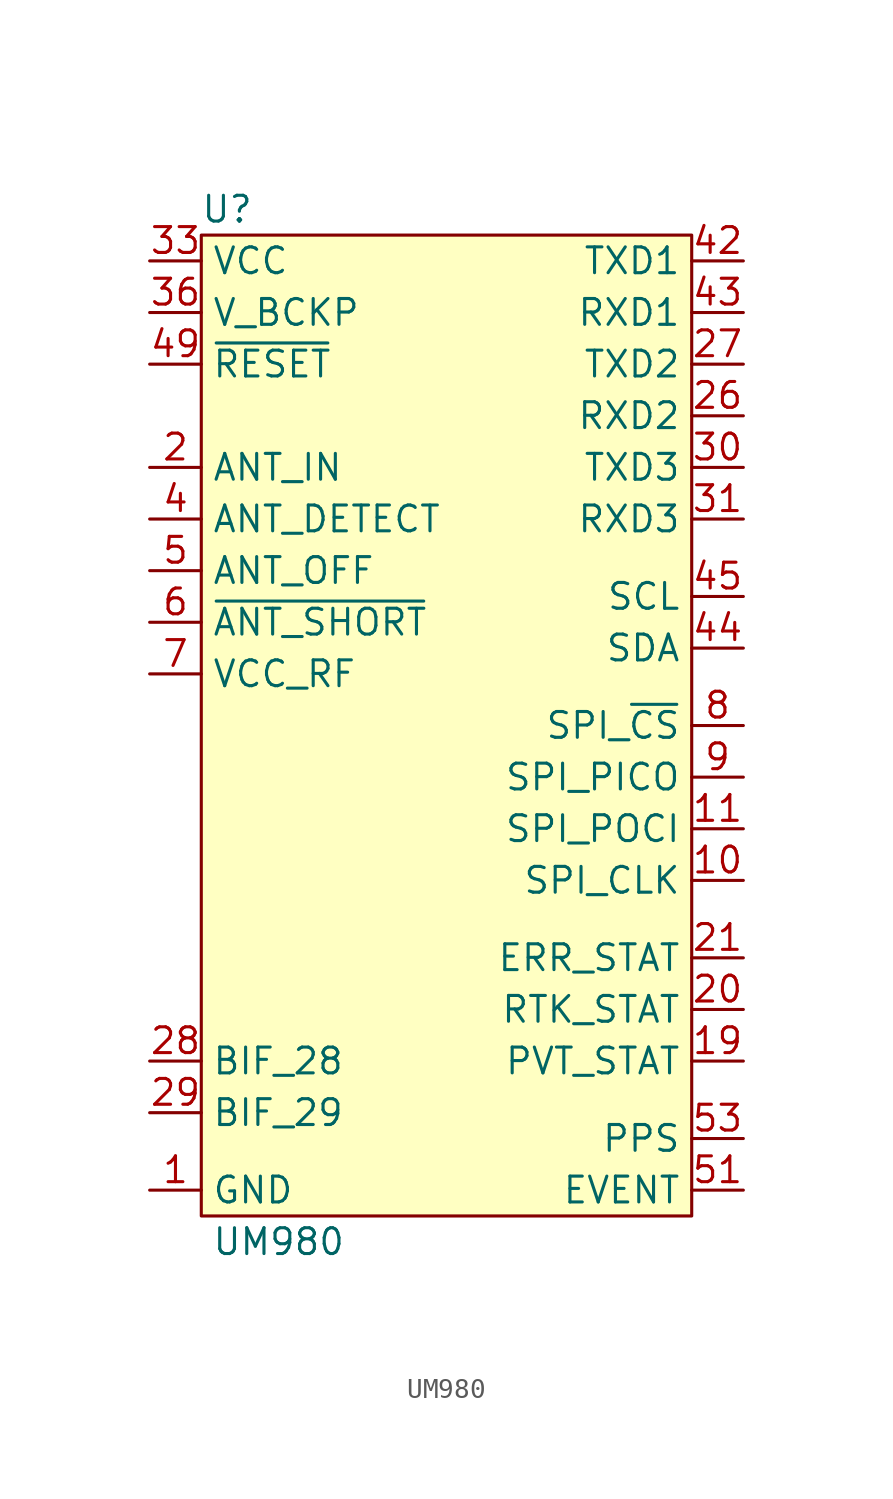
<source format=kicad_sym>
(kicad_symbol_lib
  (version 20231120)
  (generator "kicad_symbol_editor")
  (generator_version "8.0")
  (symbol "UM980"
    (property "Reference" "U"
      (at -11.43 24.13 0)
      (effects (font (size 1.27 1.27))))
    (property "Value" "UM980"
      (at -8.89 -26.67 0)
      (effects (font (size 1.27 1.27))))
    (symbol "UM980_1_1"
      (rectangle (start -12.7 22.86) (end 11.43 -25.4) (stroke (width 0) (type default)) (fill (type background)))
      (pin power_in line (at -15.24 -24.13 0) (length 2.54) (name "GND" (effects (font (size 1.27 1.27)))) (number "1" (effects (font (size 1.27 1.27)))) (alternate "PowerPins" input line))
      (pin input line (at 13.97 -8.89 180) (length 2.54) (name "SPI_CLK" (effects (font (size 1.27 1.27)))) (number "10" (effects (font (size 1.27 1.27)))))
      (pin power_in line (at -15.24 -24.13 0) (length 2.54) hide (name "GND" (effects (font (size 1.27 1.27)))) (number "100" (effects (font (size 1.27 1.27)))))
      (pin power_in line (at -15.24 -24.13 0) (length 2.54) hide (name "GND" (effects (font (size 1.27 1.27)))) (number "101" (effects (font (size 1.27 1.27)))))
      (pin power_in line (at -15.24 -24.13 0) (length 2.54) hide (name "GND" (effects (font (size 1.27 1.27)))) (number "102" (effects (font (size 1.27 1.27)))))
      (pin output line (at 13.97 -6.35 180) (length 2.54) (name "SPI_POCI" (effects (font (size 1.27 1.27)))) (number "11" (effects (font (size 1.27 1.27)))))
      (pin power_in line (at -15.24 -24.13 0) (length 2.54) hide (name "GND" (effects (font (size 1.27 1.27)))) (number "12" (effects (font (size 1.27 1.27)))))
      (pin no_connect line (at -12.7 -7.62 0) (length 2.54) hide (name "NC" (effects (font (size 1.27 1.27)))) (number "13" (effects (font (size 1.27 1.27)))))
      (pin power_in line (at -15.24 -24.13 0) (length 2.54) hide (name "GND" (effects (font (size 1.27 1.27)))) (number "14" (effects (font (size 1.27 1.27)))))
      (pin no_connect line (at -12.7 -7.62 0) (length 2.54) hide (name "NC" (effects (font (size 1.27 1.27)))) (number "15" (effects (font (size 1.27 1.27)))))
      (pin no_connect line (at -12.7 -7.62 0) (length 2.54) hide (name "NC" (effects (font (size 1.27 1.27)))) (number "16" (effects (font (size 1.27 1.27)))))
      (pin no_connect line (at -12.7 -7.62 0) (length 2.54) hide (name "NC" (effects (font (size 1.27 1.27)))) (number "17" (effects (font (size 1.27 1.27)))))
      (pin no_connect line (at -12.7 -7.62 0) (length 2.54) hide (name "NC" (effects (font (size 1.27 1.27)))) (number "18" (effects (font (size 1.27 1.27)))))
      (pin output line (at 13.97 -17.78 180) (length 2.54) (name "PVT_STAT" (effects (font (size 1.27 1.27)))) (number "19" (effects (font (size 1.27 1.27)))))
      (pin input line (at -15.24 11.43 0) (length 2.54) (name "ANT_IN" (effects (font (size 1.27 1.27)))) (number "2" (effects (font (size 1.27 1.27)))))
      (pin output line (at 13.97 -15.24 180) (length 2.54) (name "RTK_STAT" (effects (font (size 1.27 1.27)))) (number "20" (effects (font (size 1.27 1.27)))))
      (pin output line (at 13.97 -12.7 180) (length 2.54) (name "ERR_STAT" (effects (font (size 1.27 1.27)))) (number "21" (effects (font (size 1.27 1.27)))))
      (pin no_connect line (at -12.7 -7.62 0) (length 2.54) hide (name "NC" (effects (font (size 1.27 1.27)))) (number "22" (effects (font (size 1.27 1.27)))))
      (pin no_connect line (at -12.7 -7.62 0) (length 2.54) hide (name "NC" (effects (font (size 1.27 1.27)))) (number "23" (effects (font (size 1.27 1.27)))))
      (pin no_connect line (at -12.7 -7.62 0) (length 2.54) hide (name "NC" (effects (font (size 1.27 1.27)))) (number "24" (effects (font (size 1.27 1.27)))))
      (pin no_connect line (at -12.7 -7.62 0) (length 2.54) hide (name "NC" (effects (font (size 1.27 1.27)))) (number "25" (effects (font (size 1.27 1.27)))))
      (pin input line (at 13.97 13.97 180) (length 2.54) (name "RXD2" (effects (font (size 1.27 1.27)))) (number "26" (effects (font (size 1.27 1.27)))))
      (pin output line (at 13.97 16.51 180) (length 2.54) (name "TXD2" (effects (font (size 1.27 1.27)))) (number "27" (effects (font (size 1.27 1.27)))))
      (pin output line (at -15.24 -17.78 0) (length 2.54) (name "BIF_28" (effects (font (size 1.27 1.27)))) (number "28" (effects (font (size 1.27 1.27)))))
      (pin output line (at -15.24 -20.32 0) (length 2.54) (name "BIF_29" (effects (font (size 1.27 1.27)))) (number "29" (effects (font (size 1.27 1.27)))))
      (pin power_in line (at -15.24 -24.13 0) (length 2.54) hide (name "GND" (effects (font (size 1.27 1.27)))) (number "3" (effects (font (size 1.27 1.27)))))
      (pin output line (at 13.97 11.43 180) (length 2.54) (name "TXD3" (effects (font (size 1.27 1.27)))) (number "30" (effects (font (size 1.27 1.27)))))
      (pin input line (at 13.97 8.89 180) (length 2.54) (name "RXD3" (effects (font (size 1.27 1.27)))) (number "31" (effects (font (size 1.27 1.27)))))
      (pin power_in line (at -15.24 -24.13 0) (length 2.54) hide (name "GND" (effects (font (size 1.27 1.27)))) (number "32" (effects (font (size 1.27 1.27)))))
      (pin power_in line (at -15.24 21.59 0) (length 2.54) (name "VCC" (effects (font (size 1.27 1.27)))) (number "33" (effects (font (size 1.27 1.27)))))
      (pin power_in line (at -15.24 21.59 0) (length 2.54) hide (name "VCC" (effects (font (size 1.27 1.27)))) (number "34" (effects (font (size 1.27 1.27)))))
      (pin no_connect line (at -12.7 -7.62 0) (length 2.54) hide (name "NC" (effects (font (size 1.27 1.27)))) (number "35" (effects (font (size 1.27 1.27)))))
      (pin power_in line (at -15.24 19.05 0) (length 2.54) (name "V_BCKP" (effects (font (size 1.27 1.27)))) (number "36" (effects (font (size 1.27 1.27)))))
      (pin power_in line (at -15.24 -24.13 0) (length 2.54) hide (name "GND" (effects (font (size 1.27 1.27)))) (number "37" (effects (font (size 1.27 1.27)))))
      (pin no_connect line (at -12.7 -7.62 0) (length 2.54) hide (name "NC" (effects (font (size 1.27 1.27)))) (number "38" (effects (font (size 1.27 1.27)))))
      (pin no_connect line (at -12.7 -7.62 0) (length 2.54) hide (name "NC" (effects (font (size 1.27 1.27)))) (number "39" (effects (font (size 1.27 1.27)))))
      (pin input line (at -15.24 8.89 0) (length 2.54) (name "ANT_DETECT" (effects (font (size 1.27 1.27)))) (number "4" (effects (font (size 1.27 1.27)))))
      (pin no_connect line (at -12.7 -7.62 0) (length 2.54) hide (name "NC" (effects (font (size 1.27 1.27)))) (number "40" (effects (font (size 1.27 1.27)))))
      (pin power_in line (at -15.24 -24.13 0) (length 2.54) hide (name "GND" (effects (font (size 1.27 1.27)))) (number "41" (effects (font (size 1.27 1.27)))))
      (pin output line (at 13.97 21.59 180) (length 2.54) (name "TXD1" (effects (font (size 1.27 1.27)))) (number "42" (effects (font (size 1.27 1.27)))))
      (pin input line (at 13.97 19.05 180) (length 2.54) (name "RXD1" (effects (font (size 1.27 1.27)))) (number "43" (effects (font (size 1.27 1.27)))))
      (pin bidirectional line (at 13.97 2.54 180) (length 2.54) (name "SDA" (effects (font (size 1.27 1.27)))) (number "44" (effects (font (size 1.27 1.27)))))
      (pin bidirectional line (at 13.97 5.08 180) (length 2.54) (name "SCL" (effects (font (size 1.27 1.27)))) (number "45" (effects (font (size 1.27 1.27)))))
      (pin no_connect line (at -12.7 -7.62 0) (length 2.54) hide (name "NC" (effects (font (size 1.27 1.27)))) (number "46" (effects (font (size 1.27 1.27)))))
      (pin no_connect line (at -12.7 -7.62 0) (length 2.54) hide (name "NC" (effects (font (size 1.27 1.27)))) (number "47" (effects (font (size 1.27 1.27)))))
      (pin power_in line (at -15.24 -24.13 0) (length 2.54) hide (name "GND" (effects (font (size 1.27 1.27)))) (number "48" (effects (font (size 1.27 1.27)))))
      (pin bidirectional line (at -15.24 16.51 0) (length 2.54) (name "~{RESET}" (effects (font (size 1.27 1.27)))) (number "49" (effects (font (size 1.27 1.27)))))
      (pin output line (at -15.24 6.35 0) (length 2.54) (name "ANT_OFF" (effects (font (size 1.27 1.27)))) (number "5" (effects (font (size 1.27 1.27)))))
      (pin no_connect line (at -12.7 -7.62 0) (length 2.54) hide (name "NC" (effects (font (size 1.27 1.27)))) (number "50" (effects (font (size 1.27 1.27)))))
      (pin input line (at 13.97 -24.13 180) (length 2.54) (name "EVENT" (effects (font (size 1.27 1.27)))) (number "51" (effects (font (size 1.27 1.27)))))
      (pin no_connect line (at -12.7 -7.62 0) (length 2.54) hide (name "NC" (effects (font (size 1.27 1.27)))) (number "52" (effects (font (size 1.27 1.27)))))
      (pin output line (at 13.97 -21.59 180) (length 2.54) (name "PPS" (effects (font (size 1.27 1.27)))) (number "53" (effects (font (size 1.27 1.27)))))
      (pin no_connect line (at -12.7 -7.62 0) (length 2.54) hide (name "NC" (effects (font (size 1.27 1.27)))) (number "54" (effects (font (size 1.27 1.27)))))
      (pin power_in line (at -15.24 -24.13 0) (length 2.54) hide (name "GND" (effects (font (size 1.27 1.27)))) (number "55" (effects (font (size 1.27 1.27)))) (alternate "PowerPins" input line))
      (pin power_in line (at -15.24 -24.13 0) (length 2.54) hide (name "GND" (effects (font (size 1.27 1.27)))) (number "56" (effects (font (size 1.27 1.27)))))
      (pin power_in line (at -15.24 -24.13 0) (length 2.54) hide (name "GND" (effects (font (size 1.27 1.27)))) (number "57" (effects (font (size 1.27 1.27)))))
      (pin power_in line (at -15.24 -24.13 0) (length 2.54) hide (name "GND" (effects (font (size 1.27 1.27)))) (number "58" (effects (font (size 1.27 1.27)))))
      (pin power_in line (at -15.24 -24.13 0) (length 2.54) hide (name "GND" (effects (font (size 1.27 1.27)))) (number "59" (effects (font (size 1.27 1.27)))))
      (pin input line (at -15.24 3.81 0) (length 2.54) (name "~{ANT_SHORT}" (effects (font (size 1.27 1.27)))) (number "6" (effects (font (size 1.27 1.27)))))
      (pin power_in line (at -15.24 -24.13 0) (length 2.54) hide (name "GND" (effects (font (size 1.27 1.27)))) (number "60" (effects (font (size 1.27 1.27)))))
      (pin power_in line (at -15.24 -24.13 0) (length 2.54) hide (name "GND" (effects (font (size 1.27 1.27)))) (number "61" (effects (font (size 1.27 1.27)))))
      (pin power_in line (at -15.24 -24.13 0) (length 2.54) hide (name "GND" (effects (font (size 1.27 1.27)))) (number "62" (effects (font (size 1.27 1.27)))))
      (pin power_in line (at -15.24 -24.13 0) (length 2.54) hide (name "GND" (effects (font (size 1.27 1.27)))) (number "63" (effects (font (size 1.27 1.27)))))
      (pin power_in line (at -15.24 -24.13 0) (length 2.54) hide (name "GND" (effects (font (size 1.27 1.27)))) (number "64" (effects (font (size 1.27 1.27)))))
      (pin power_in line (at -15.24 -24.13 0) (length 2.54) hide (name "GND" (effects (font (size 1.27 1.27)))) (number "65" (effects (font (size 1.27 1.27)))))
      (pin power_in line (at -15.24 -24.13 0) (length 2.54) hide (name "GND" (effects (font (size 1.27 1.27)))) (number "66" (effects (font (size 1.27 1.27)))))
      (pin power_in line (at -15.24 -24.13 0) (length 2.54) hide (name "GND" (effects (font (size 1.27 1.27)))) (number "67" (effects (font (size 1.27 1.27)))))
      (pin power_in line (at -15.24 -24.13 0) (length 2.54) hide (name "GND" (effects (font (size 1.27 1.27)))) (number "68" (effects (font (size 1.27 1.27)))))
      (pin power_in line (at -15.24 -24.13 0) (length 2.54) hide (name "GND" (effects (font (size 1.27 1.27)))) (number "69" (effects (font (size 1.27 1.27)))))
      (pin power_out line (at -15.24 1.27 0) (length 2.54) (name "VCC_RF" (effects (font (size 1.27 1.27)))) (number "7" (effects (font (size 1.27 1.27)))))
      (pin power_in line (at -15.24 -24.13 0) (length 2.54) hide (name "GND" (effects (font (size 1.27 1.27)))) (number "70" (effects (font (size 1.27 1.27)))))
      (pin power_in line (at -15.24 -24.13 0) (length 2.54) hide (name "GND" (effects (font (size 1.27 1.27)))) (number "71" (effects (font (size 1.27 1.27)))))
      (pin power_in line (at -15.24 -24.13 0) (length 2.54) hide (name "GND" (effects (font (size 1.27 1.27)))) (number "72" (effects (font (size 1.27 1.27)))))
      (pin power_in line (at -15.24 -24.13 0) (length 2.54) hide (name "GND" (effects (font (size 1.27 1.27)))) (number "73" (effects (font (size 1.27 1.27)))))
      (pin power_in line (at -15.24 -24.13 0) (length 2.54) hide (name "GND" (effects (font (size 1.27 1.27)))) (number "74" (effects (font (size 1.27 1.27)))))
      (pin power_in line (at -15.24 -24.13 0) (length 2.54) hide (name "GND" (effects (font (size 1.27 1.27)))) (number "75" (effects (font (size 1.27 1.27)))))
      (pin power_in line (at -15.24 -24.13 0) (length 2.54) hide (name "GND" (effects (font (size 1.27 1.27)))) (number "76" (effects (font (size 1.27 1.27)))))
      (pin power_in line (at -15.24 -24.13 0) (length 2.54) hide (name "GND" (effects (font (size 1.27 1.27)))) (number "77" (effects (font (size 1.27 1.27)))))
      (pin power_in line (at -15.24 -24.13 0) (length 2.54) hide (name "GND" (effects (font (size 1.27 1.27)))) (number "78" (effects (font (size 1.27 1.27)))))
      (pin power_in line (at -15.24 -24.13 0) (length 2.54) hide (name "GND" (effects (font (size 1.27 1.27)))) (number "79" (effects (font (size 1.27 1.27)))))
      (pin input line (at 13.97 -1.27 180) (length 2.54) (name "SPI_~{CS}" (effects (font (size 1.27 1.27)))) (number "8" (effects (font (size 1.27 1.27)))))
      (pin power_in line (at -15.24 -24.13 0) (length 2.54) hide (name "GND" (effects (font (size 1.27 1.27)))) (number "80" (effects (font (size 1.27 1.27)))))
      (pin power_in line (at -15.24 -24.13 0) (length 2.54) hide (name "GND" (effects (font (size 1.27 1.27)))) (number "81" (effects (font (size 1.27 1.27)))))
      (pin power_in line (at -15.24 -24.13 0) (length 2.54) hide (name "GND" (effects (font (size 1.27 1.27)))) (number "82" (effects (font (size 1.27 1.27)))))
      (pin power_in line (at -15.24 -24.13 0) (length 2.54) hide (name "GND" (effects (font (size 1.27 1.27)))) (number "83" (effects (font (size 1.27 1.27)))))
      (pin power_in line (at -15.24 -24.13 0) (length 2.54) hide (name "GND" (effects (font (size 1.27 1.27)))) (number "84" (effects (font (size 1.27 1.27)))))
      (pin power_in line (at -15.24 -24.13 0) (length 2.54) hide (name "GND" (effects (font (size 1.27 1.27)))) (number "85" (effects (font (size 1.27 1.27)))))
      (pin power_in line (at -15.24 -24.13 0) (length 2.54) hide (name "GND" (effects (font (size 1.27 1.27)))) (number "86" (effects (font (size 1.27 1.27)))))
      (pin power_in line (at -15.24 -24.13 0) (length 2.54) hide (name "GND" (effects (font (size 1.27 1.27)))) (number "87" (effects (font (size 1.27 1.27)))))
      (pin power_in line (at -15.24 -24.13 0) (length 2.54) hide (name "GND" (effects (font (size 1.27 1.27)))) (number "88" (effects (font (size 1.27 1.27)))))
      (pin power_in line (at -15.24 -24.13 0) (length 2.54) hide (name "GND" (effects (font (size 1.27 1.27)))) (number "89" (effects (font (size 1.27 1.27)))))
      (pin input line (at 13.97 -3.81 180) (length 2.54) (name "SPI_PICO" (effects (font (size 1.27 1.27)))) (number "9" (effects (font (size 1.27 1.27)))))
      (pin power_in line (at -15.24 -24.13 0) (length 2.54) hide (name "GND" (effects (font (size 1.27 1.27)))) (number "90" (effects (font (size 1.27 1.27)))))
      (pin power_in line (at -15.24 -24.13 0) (length 2.54) hide (name "GND" (effects (font (size 1.27 1.27)))) (number "91" (effects (font (size 1.27 1.27)))))
      (pin power_in line (at -15.24 -24.13 0) (length 2.54) hide (name "GND" (effects (font (size 1.27 1.27)))) (number "92" (effects (font (size 1.27 1.27)))))
      (pin power_in line (at -15.24 -24.13 0) (length 2.54) hide (name "GND" (effects (font (size 1.27 1.27)))) (number "93" (effects (font (size 1.27 1.27)))))
      (pin power_in line (at -15.24 -24.13 0) (length 2.54) hide (name "GND" (effects (font (size 1.27 1.27)))) (number "94" (effects (font (size 1.27 1.27)))))
      (pin power_in line (at -15.24 -24.13 0) (length 2.54) hide (name "GND" (effects (font (size 1.27 1.27)))) (number "95" (effects (font (size 1.27 1.27)))))
      (pin power_in line (at -15.24 -24.13 0) (length 2.54) hide (name "GND" (effects (font (size 1.27 1.27)))) (number "96" (effects (font (size 1.27 1.27)))))
      (pin power_in line (at -15.24 -24.13 0) (length 2.54) hide (name "GND" (effects (font (size 1.27 1.27)))) (number "97" (effects (font (size 1.27 1.27)))))
      (pin power_in line (at -15.24 -24.13 0) (length 2.54) hide (name "GND" (effects (font (size 1.27 1.27)))) (number "98" (effects (font (size 1.27 1.27)))))
      (pin power_in line (at -15.24 -24.13 0) (length 2.54) hide (name "GND" (effects (font (size 1.27 1.27)))) (number "99" (effects (font (size 1.27 1.27))))))))
</source>
